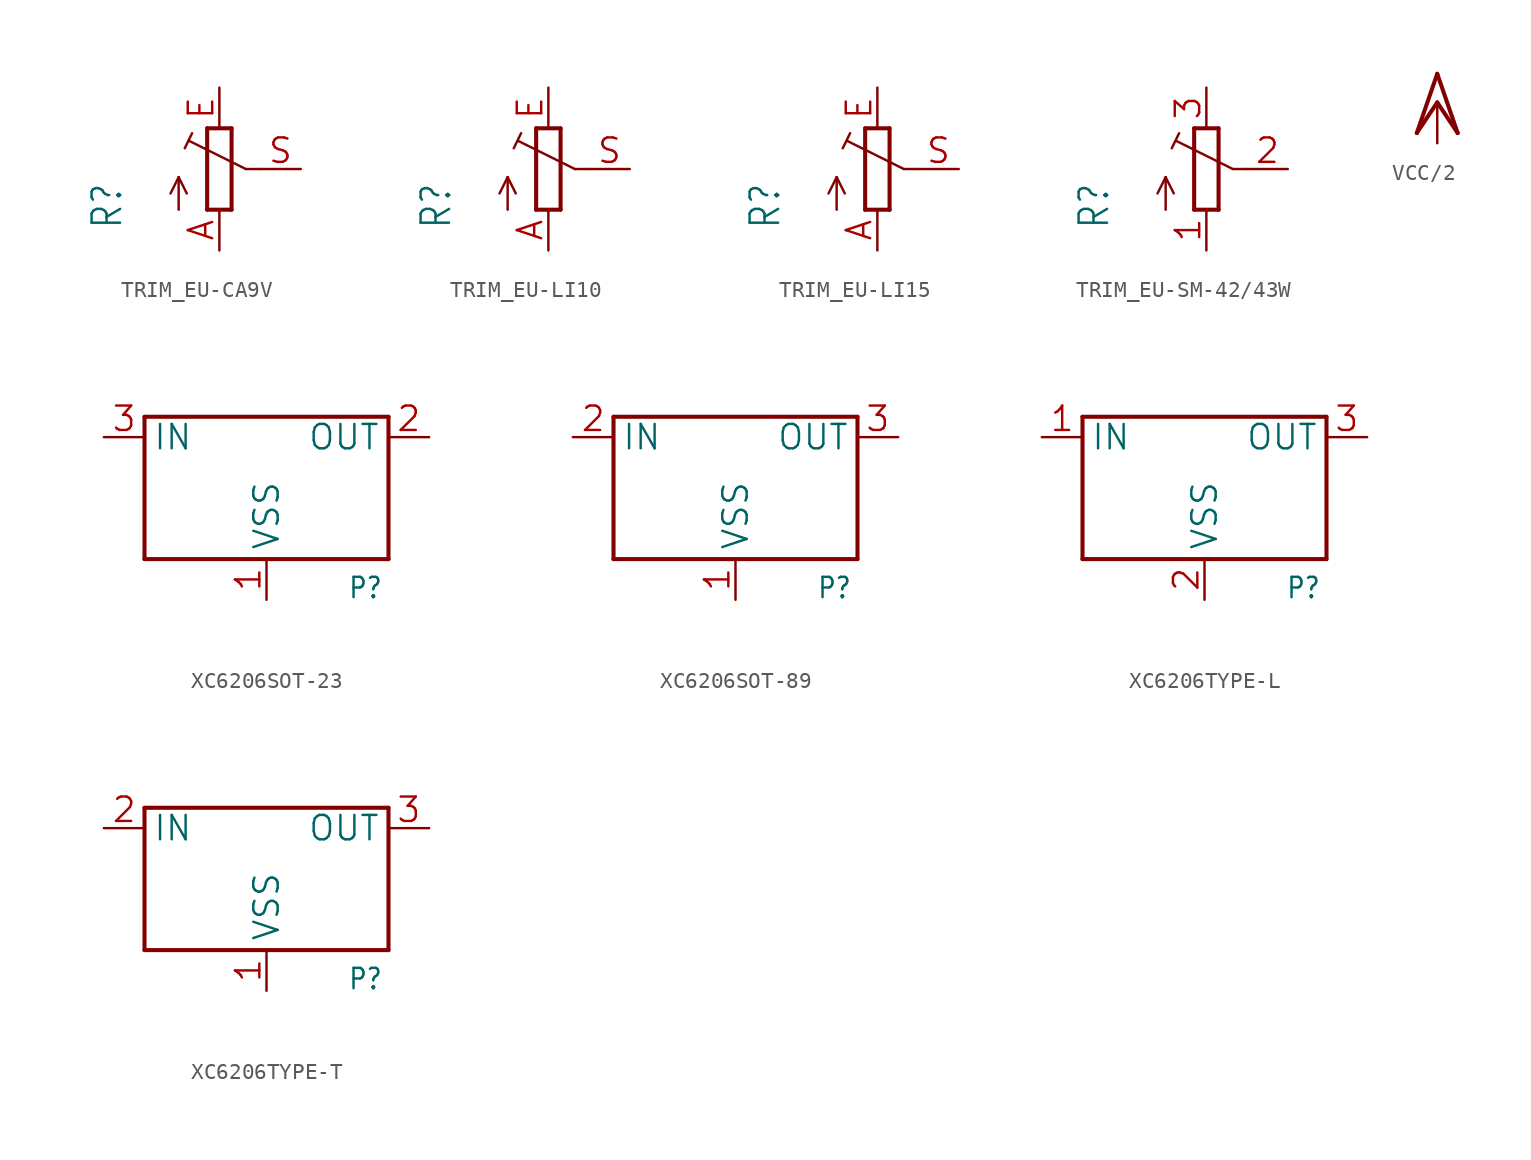
<source format=kicad_sym>
(kicad_symbol_lib
  (version 20241209)
  (generator "kicad_symbol_editor")
  (generator_version "9.0")
  (symbol "TRIM_EU-CA9V"
    (property "Reference" "R"
      (at -5.969 -3.81 90)
      (effects (font (size 1.778 1.511)) (justify left bottom)))
    (property "Value" ""
      (at -3.81 -3.81 90)
      (effects (font (size 1.778 1.511)) (justify left bottom)))
    (property "ki_locked" ""
      (at 0 0 0)
      (effects (font (size 1.27 1.27))))
    (symbol "TRIM_EU-CA9V_1_0"
      (polyline (pts (xy -2.54 -0.508) (xy -3.048 -1.524)) (stroke (width 0.152) (type solid)) (fill (type none)))
      (polyline (pts (xy -2.54 -0.508) (xy -2.032 -1.524)) (stroke (width 0.152) (type solid)) (fill (type none)))
      (polyline (pts (xy -2.54 -2.54) (xy -2.54 -0.508)) (stroke (width 0.152) (type solid)) (fill (type none)))
      (polyline (pts (xy -2.16 1.294) (xy -1.702 2.235)) (stroke (width 0.152) (type solid)) (fill (type none)))
      (polyline (pts (xy -0.762 2.54) (xy -0.762 -2.54)) (stroke (width 0.254) (type solid)) (fill (type none)))
      (polyline (pts (xy -0.762 -2.54) (xy 0.762 -2.54)) (stroke (width 0.254) (type solid)) (fill (type none)))
      (polyline (pts (xy 0.762 2.54) (xy -0.762 2.54)) (stroke (width 0.254) (type solid)) (fill (type none)))
      (polyline (pts (xy 0.762 -2.54) (xy 0.762 2.54)) (stroke (width 0.254) (type solid)) (fill (type none)))
      (polyline (pts (xy 1.651 0) (xy -1.88 1.753)) (stroke (width 0.152) (type solid)) (fill (type none)))
      (polyline (pts (xy 2.54 0) (xy 1.651 0)) (stroke (width 0.152) (type solid)) (fill (type none)))
      (pin passive line (at 0 5.08 270) (length 2.54) (name "E" (effects (font (size 0 0)))) (number "E" (effects (font (size 1.524 1.524)))))
      (pin passive line (at 0 -5.08 90) (length 2.54) (name "A" (effects (font (size 0 0)))) (number "A" (effects (font (size 1.524 1.524)))))
      (pin passive line (at 5.08 0 180) (length 2.54) (name "S" (effects (font (size 0 0)))) (number "S" (effects (font (size 1.524 1.524)))))))
  (symbol "TRIM_EU-LI10"
    (property "Reference" "R"
      (at -5.969 -3.81 90)
      (effects (font (size 1.778 1.511)) (justify left bottom)))
    (property "Value" ""
      (at -3.81 -3.81 90)
      (effects (font (size 1.778 1.511)) (justify left bottom)))
    (property "ki_locked" ""
      (at 0 0 0)
      (effects (font (size 1.27 1.27))))
    (symbol "TRIM_EU-LI10_1_0"
      (polyline (pts (xy -2.54 -0.508) (xy -3.048 -1.524)) (stroke (width 0.152) (type solid)) (fill (type none)))
      (polyline (pts (xy -2.54 -0.508) (xy -2.032 -1.524)) (stroke (width 0.152) (type solid)) (fill (type none)))
      (polyline (pts (xy -2.54 -2.54) (xy -2.54 -0.508)) (stroke (width 0.152) (type solid)) (fill (type none)))
      (polyline (pts (xy -2.16 1.294) (xy -1.702 2.235)) (stroke (width 0.152) (type solid)) (fill (type none)))
      (polyline (pts (xy -0.762 2.54) (xy -0.762 -2.54)) (stroke (width 0.254) (type solid)) (fill (type none)))
      (polyline (pts (xy -0.762 -2.54) (xy 0.762 -2.54)) (stroke (width 0.254) (type solid)) (fill (type none)))
      (polyline (pts (xy 0.762 2.54) (xy -0.762 2.54)) (stroke (width 0.254) (type solid)) (fill (type none)))
      (polyline (pts (xy 0.762 -2.54) (xy 0.762 2.54)) (stroke (width 0.254) (type solid)) (fill (type none)))
      (polyline (pts (xy 1.651 0) (xy -1.88 1.753)) (stroke (width 0.152) (type solid)) (fill (type none)))
      (polyline (pts (xy 2.54 0) (xy 1.651 0)) (stroke (width 0.152) (type solid)) (fill (type none)))
      (pin passive line (at 0 5.08 270) (length 2.54) (name "E" (effects (font (size 0 0)))) (number "E" (effects (font (size 1.524 1.524)))))
      (pin passive line (at 0 -5.08 90) (length 2.54) (name "A" (effects (font (size 0 0)))) (number "A" (effects (font (size 1.524 1.524)))))
      (pin passive line (at 5.08 0 180) (length 2.54) (name "S" (effects (font (size 0 0)))) (number "S" (effects (font (size 1.524 1.524)))))))
  (symbol "TRIM_EU-LI15"
    (property "Reference" "R"
      (at -5.969 -3.81 90)
      (effects (font (size 1.778 1.511)) (justify left bottom)))
    (property "Value" ""
      (at -3.81 -3.81 90)
      (effects (font (size 1.778 1.511)) (justify left bottom)))
    (property "ki_locked" ""
      (at 0 0 0)
      (effects (font (size 1.27 1.27))))
    (symbol "TRIM_EU-LI15_1_0"
      (polyline (pts (xy -2.54 -0.508) (xy -3.048 -1.524)) (stroke (width 0.152) (type solid)) (fill (type none)))
      (polyline (pts (xy -2.54 -0.508) (xy -2.032 -1.524)) (stroke (width 0.152) (type solid)) (fill (type none)))
      (polyline (pts (xy -2.54 -2.54) (xy -2.54 -0.508)) (stroke (width 0.152) (type solid)) (fill (type none)))
      (polyline (pts (xy -2.16 1.294) (xy -1.702 2.235)) (stroke (width 0.152) (type solid)) (fill (type none)))
      (polyline (pts (xy -0.762 2.54) (xy -0.762 -2.54)) (stroke (width 0.254) (type solid)) (fill (type none)))
      (polyline (pts (xy -0.762 -2.54) (xy 0.762 -2.54)) (stroke (width 0.254) (type solid)) (fill (type none)))
      (polyline (pts (xy 0.762 2.54) (xy -0.762 2.54)) (stroke (width 0.254) (type solid)) (fill (type none)))
      (polyline (pts (xy 0.762 -2.54) (xy 0.762 2.54)) (stroke (width 0.254) (type solid)) (fill (type none)))
      (polyline (pts (xy 1.651 0) (xy -1.88 1.753)) (stroke (width 0.152) (type solid)) (fill (type none)))
      (polyline (pts (xy 2.54 0) (xy 1.651 0)) (stroke (width 0.152) (type solid)) (fill (type none)))
      (pin passive line (at 0 5.08 270) (length 2.54) (name "E" (effects (font (size 0 0)))) (number "E" (effects (font (size 1.524 1.524)))))
      (pin passive line (at 0 -5.08 90) (length 2.54) (name "A" (effects (font (size 0 0)))) (number "A" (effects (font (size 1.524 1.524)))))
      (pin passive line (at 5.08 0 180) (length 2.54) (name "S" (effects (font (size 0 0)))) (number "S" (effects (font (size 1.524 1.524)))))))
  (symbol "TRIM_EU-SM-42/43W"
    (property "Reference" "R"
      (at -5.969 -3.81 90)
      (effects (font (size 1.778 1.511)) (justify left bottom)))
    (property "Value" ""
      (at -3.81 -3.81 90)
      (effects (font (size 1.778 1.511)) (justify left bottom)))
    (property "ki_locked" ""
      (at 0 0 0)
      (effects (font (size 1.27 1.27))))
    (symbol "TRIM_EU-SM-42/43W_1_0"
      (polyline (pts (xy -2.54 -0.508) (xy -3.048 -1.524)) (stroke (width 0.152) (type solid)) (fill (type none)))
      (polyline (pts (xy -2.54 -0.508) (xy -2.032 -1.524)) (stroke (width 0.152) (type solid)) (fill (type none)))
      (polyline (pts (xy -2.54 -2.54) (xy -2.54 -0.508)) (stroke (width 0.152) (type solid)) (fill (type none)))
      (polyline (pts (xy -2.16 1.294) (xy -1.702 2.235)) (stroke (width 0.152) (type solid)) (fill (type none)))
      (polyline (pts (xy -0.762 2.54) (xy -0.762 -2.54)) (stroke (width 0.254) (type solid)) (fill (type none)))
      (polyline (pts (xy -0.762 -2.54) (xy 0.762 -2.54)) (stroke (width 0.254) (type solid)) (fill (type none)))
      (polyline (pts (xy 0.762 2.54) (xy -0.762 2.54)) (stroke (width 0.254) (type solid)) (fill (type none)))
      (polyline (pts (xy 0.762 -2.54) (xy 0.762 2.54)) (stroke (width 0.254) (type solid)) (fill (type none)))
      (polyline (pts (xy 1.651 0) (xy -1.88 1.753)) (stroke (width 0.152) (type solid)) (fill (type none)))
      (polyline (pts (xy 2.54 0) (xy 1.651 0)) (stroke (width 0.152) (type solid)) (fill (type none)))
      (pin passive line (at 0 5.08 270) (length 2.54) (name "E" (effects (font (size 0 0)))) (number "3" (effects (font (size 1.524 1.524)))))
      (pin passive line (at 0 -5.08 90) (length 2.54) (name "A" (effects (font (size 0 0)))) (number "1" (effects (font (size 1.524 1.524)))))
      (pin passive line (at 5.08 0 180) (length 2.54) (name "S" (effects (font (size 0 0)))) (number "2" (effects (font (size 1.524 1.524)))))))
  (symbol "VCC/2"
    (power)
    (property "Reference" "#P+"
      (at 0 0 0)
      (effects (font (size 1.27 1.27)) (hide yes)))
    (property "Value" ""
      (at -2.54 -2.54 90)
      (effects (font (size 1.778 1.511)) (justify left bottom)))
    (property "ki_locked" ""
      (at 0 0 0)
      (effects (font (size 1.27 1.27))))
    (symbol "VCC/2_1_0"
      (polyline (pts (xy 0 1.778) (xy -1.27 -1.905)) (stroke (width 0.254) (type solid)) (fill (type none)))
      (polyline (pts (xy 0 0) (xy -1.27 -1.905)) (stroke (width 0.254) (type solid)) (fill (type none)))
      (polyline (pts (xy 1.27 -1.905) (xy 0 1.778)) (stroke (width 0.254) (type solid)) (fill (type none)))
      (polyline (pts (xy 1.27 -1.905) (xy 0 0)) (stroke (width 0.254) (type solid)) (fill (type none)))
      (pin power_in line (at 0 -2.54 90) (length 2.54) (name "VCC/2" (effects (font (size 0 0)))) (number "1" (effects (font (size 0 0)))))))
  (symbol "XC6206SOT-23"
    (property "Reference" "P"
      (at 5.08 -7.62 0)
      (effects (font (size 1.27 1.079)) (justify left bottom)))
    (property "Value" ""
      (at 5.08 -10.16 0)
      (effects (font (size 1.27 1.079)) (justify left bottom)))
    (property "ki_locked" ""
      (at 0 0 0)
      (effects (font (size 1.27 1.27))))
    (symbol "XC6206SOT-23_1_0"
      (polyline (pts (xy -7.62 3.81) (xy -7.62 -5.08)) (stroke (width 0.254) (type solid)) (fill (type none)))
      (polyline (pts (xy -7.62 -5.08) (xy 7.62 -5.08)) (stroke (width 0.254) (type solid)) (fill (type none)))
      (polyline (pts (xy 7.62 3.81) (xy -7.62 3.81)) (stroke (width 0.254) (type solid)) (fill (type none)))
      (polyline (pts (xy 7.62 -5.08) (xy 7.62 3.81)) (stroke (width 0.254) (type solid)) (fill (type none)))
      (pin bidirectional line (at -10.16 2.54 0) (length 2.54) (name "IN" (effects (font (size 1.524 1.524)))) (number "3" (effects (font (size 1.524 1.524)))))
      (pin bidirectional line (at 0 -7.62 90) (length 2.54) (name "VSS" (effects (font (size 1.524 1.524)))) (number "1" (effects (font (size 1.524 1.524)))))
      (pin bidirectional line (at 10.16 2.54 180) (length 2.54) (name "OUT" (effects (font (size 1.524 1.524)))) (number "2" (effects (font (size 1.524 1.524)))))))
  (symbol "XC6206SOT-89"
    (property "Reference" "P"
      (at 5.08 -7.62 0)
      (effects (font (size 1.27 1.079)) (justify left bottom)))
    (property "Value" ""
      (at 5.08 -10.16 0)
      (effects (font (size 1.27 1.079)) (justify left bottom)))
    (property "ki_locked" ""
      (at 0 0 0)
      (effects (font (size 1.27 1.27))))
    (symbol "XC6206SOT-89_1_0"
      (polyline (pts (xy -7.62 3.81) (xy -7.62 -5.08)) (stroke (width 0.254) (type solid)) (fill (type none)))
      (polyline (pts (xy -7.62 -5.08) (xy 7.62 -5.08)) (stroke (width 0.254) (type solid)) (fill (type none)))
      (polyline (pts (xy 7.62 3.81) (xy -7.62 3.81)) (stroke (width 0.254) (type solid)) (fill (type none)))
      (polyline (pts (xy 7.62 -5.08) (xy 7.62 3.81)) (stroke (width 0.254) (type solid)) (fill (type none)))
      (pin bidirectional line (at -10.16 2.54 0) (length 2.54) (name "IN" (effects (font (size 1.524 1.524)))) (number "2" (effects (font (size 1.524 1.524)))))
      (pin bidirectional line (at 0 -7.62 90) (length 2.54) (name "VSS" (effects (font (size 1.524 1.524)))) (number "1" (effects (font (size 1.524 1.524)))))
      (pin bidirectional line (at 10.16 2.54 180) (length 2.54) (name "OUT" (effects (font (size 1.524 1.524)))) (number "3" (effects (font (size 1.524 1.524)))))))
  (symbol "XC6206TYPE-L"
    (property "Reference" "P"
      (at 5.08 -7.62 0)
      (effects (font (size 1.27 1.079)) (justify left bottom)))
    (property "Value" ""
      (at 5.08 -10.16 0)
      (effects (font (size 1.27 1.079)) (justify left bottom)))
    (property "ki_locked" ""
      (at 0 0 0)
      (effects (font (size 1.27 1.27))))
    (symbol "XC6206TYPE-L_1_0"
      (polyline (pts (xy -7.62 3.81) (xy -7.62 -5.08)) (stroke (width 0.254) (type solid)) (fill (type none)))
      (polyline (pts (xy -7.62 -5.08) (xy 7.62 -5.08)) (stroke (width 0.254) (type solid)) (fill (type none)))
      (polyline (pts (xy 7.62 3.81) (xy -7.62 3.81)) (stroke (width 0.254) (type solid)) (fill (type none)))
      (polyline (pts (xy 7.62 -5.08) (xy 7.62 3.81)) (stroke (width 0.254) (type solid)) (fill (type none)))
      (pin bidirectional line (at -10.16 2.54 0) (length 2.54) (name "IN" (effects (font (size 1.524 1.524)))) (number "1" (effects (font (size 1.524 1.524)))))
      (pin bidirectional line (at 0 -7.62 90) (length 2.54) (name "VSS" (effects (font (size 1.524 1.524)))) (number "2" (effects (font (size 1.524 1.524)))))
      (pin bidirectional line (at 10.16 2.54 180) (length 2.54) (name "OUT" (effects (font (size 1.524 1.524)))) (number "3" (effects (font (size 1.524 1.524)))))))
  (symbol "XC6206TYPE-T"
    (property "Reference" "P"
      (at 5.08 -7.62 0)
      (effects (font (size 1.27 1.079)) (justify left bottom)))
    (property "Value" ""
      (at 5.08 -10.16 0)
      (effects (font (size 1.27 1.079)) (justify left bottom)))
    (property "ki_locked" ""
      (at 0 0 0)
      (effects (font (size 1.27 1.27))))
    (symbol "XC6206TYPE-T_1_0"
      (polyline (pts (xy -7.62 3.81) (xy -7.62 -5.08)) (stroke (width 0.254) (type solid)) (fill (type none)))
      (polyline (pts (xy -7.62 -5.08) (xy 7.62 -5.08)) (stroke (width 0.254) (type solid)) (fill (type none)))
      (polyline (pts (xy 7.62 3.81) (xy -7.62 3.81)) (stroke (width 0.254) (type solid)) (fill (type none)))
      (polyline (pts (xy 7.62 -5.08) (xy 7.62 3.81)) (stroke (width 0.254) (type solid)) (fill (type none)))
      (pin bidirectional line (at -10.16 2.54 0) (length 2.54) (name "IN" (effects (font (size 1.524 1.524)))) (number "2" (effects (font (size 1.524 1.524)))))
      (pin bidirectional line (at 0 -7.62 90) (length 2.54) (name "VSS" (effects (font (size 1.524 1.524)))) (number "1" (effects (font (size 1.524 1.524)))))
      (pin bidirectional line (at 10.16 2.54 180) (length 2.54) (name "OUT" (effects (font (size 1.524 1.524)))) (number "3" (effects (font (size 1.524 1.524))))))))
</source>
